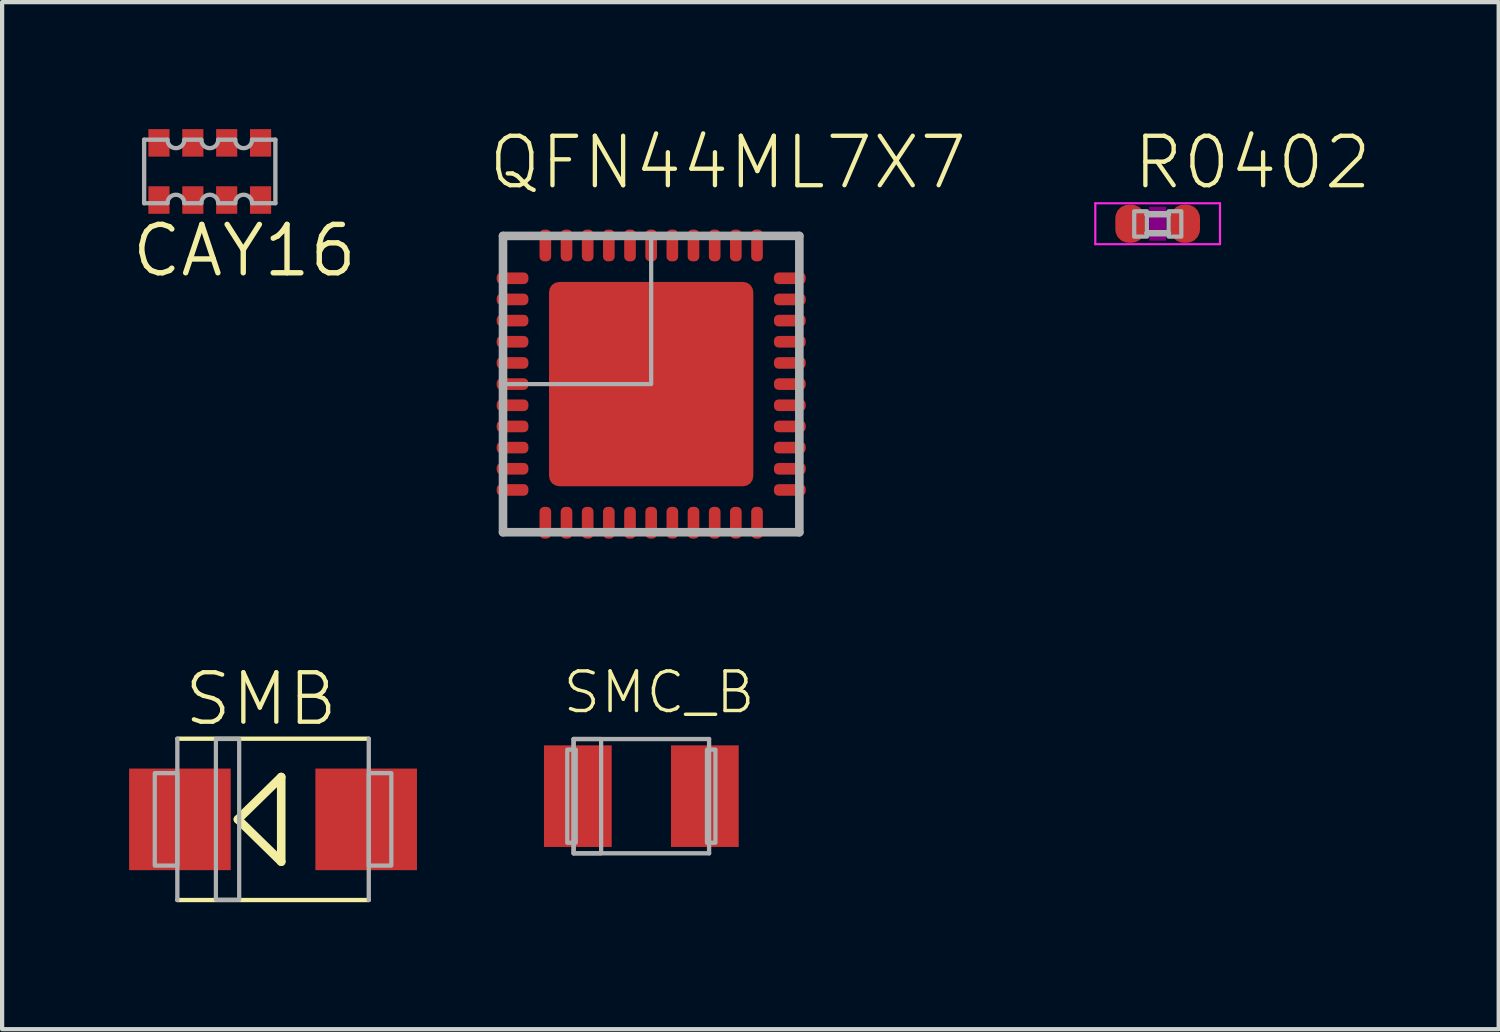
<source format=kicad_pcb>
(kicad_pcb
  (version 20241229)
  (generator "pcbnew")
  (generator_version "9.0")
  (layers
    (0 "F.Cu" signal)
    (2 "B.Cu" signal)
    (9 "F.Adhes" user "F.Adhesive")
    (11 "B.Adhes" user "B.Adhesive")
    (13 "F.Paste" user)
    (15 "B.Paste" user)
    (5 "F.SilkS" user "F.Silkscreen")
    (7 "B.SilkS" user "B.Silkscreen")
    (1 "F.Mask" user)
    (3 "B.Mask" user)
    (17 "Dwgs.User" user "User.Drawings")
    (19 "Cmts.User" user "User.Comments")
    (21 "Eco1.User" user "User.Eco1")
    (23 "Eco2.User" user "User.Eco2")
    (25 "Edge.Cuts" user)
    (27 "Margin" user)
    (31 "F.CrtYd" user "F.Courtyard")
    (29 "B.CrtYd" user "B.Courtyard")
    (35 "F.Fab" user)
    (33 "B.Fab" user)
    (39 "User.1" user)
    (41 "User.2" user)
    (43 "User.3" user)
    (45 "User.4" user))
  (footprint "R0402"
    (layer "F.Cu")
    (at 24.296 2.235)
    (property "Reference" "R0402" (at -0.635 -0.762 0) (layer "F.SilkS") (effects (font (size 1.168 1.168) (thickness 0.102)) (justify left bottom)))
    (fp_poly (pts (xy -0.2 0.4) (xy 0.2 0.4) (xy 0.2 -0.4) (xy -0.2 -0.4)) (stroke (width 0) (type solid)) (fill yes) (layer "F.Adhes"))
    (fp_line (start -1.473 -0.483) (end 1.473 -0.483) (stroke (width 0.051) (type solid)) (layer "F.CrtYd"))
    (fp_line (start -1.473 0.483) (end -1.473 -0.483) (stroke (width 0.051) (type solid)) (layer "F.CrtYd"))
    (fp_line (start 1.473 -0.483) (end 1.473 0.483) (stroke (width 0.051) (type solid)) (layer "F.CrtYd"))
    (fp_line (start 1.473 0.483) (end -1.473 0.483) (stroke (width 0.051) (type solid)) (layer "F.CrtYd"))
    (fp_line (start -0.245 -0.224) (end 0.245 -0.224) (stroke (width 0.152) (type solid)) (layer "F.Fab"))
    (fp_line (start 0.245 0.224) (end -0.245 0.224) (stroke (width 0.152) (type solid)) (layer "F.Fab"))
    (fp_poly (pts (xy -0.554 0.305) (xy -0.254 0.305) (xy -0.254 -0.295) (xy -0.554 -0.295)) (stroke (width 0.1) (type solid)) (fill no) (layer "F.Fab"))
    (fp_poly (pts (xy 0.259 0.305) (xy 0.559 0.305) (xy 0.559 -0.295) (xy 0.259 -0.295)) (stroke (width 0.1) (type solid)) (fill no) (layer "F.Fab"))
    (pad "1" smd roundrect (at -0.65 0) (size 0.7 0.9) (layers "F.Cu" "F.Mask" "F.Paste") (roundrect_rratio 0.45))
    (pad "2" smd roundrect (at 0.65 0) (size 0.7 0.9) (layers "F.Cu" "F.Mask" "F.Paste") (roundrect_rratio 0.45)))
  (footprint "SMC_B"
    (layer "F.Cu")
    (at 12.1 15.757)
    (property "Reference" "SMC_B" (at -1.905 -1.905 0) (layer "F.SilkS") (effects (font (size 0.935 0.935) (thickness 0.081)) (justify left bottom)))
    (fp_line (start -1.6 -1.35) (end 1.6 -1.35) (stroke (width 0.102) (type solid)) (layer "F.Fab"))
    (fp_line (start -1.6 1.35) (end -1.6 -1.35) (stroke (width 0.102) (type solid)) (layer "F.Fab"))
    (fp_line (start 1.6 -1.35) (end 1.6 1.35) (stroke (width 0.102) (type solid)) (layer "F.Fab"))
    (fp_line (start 1.6 1.35) (end -1.6 1.35) (stroke (width 0.102) (type solid)) (layer "F.Fab"))
    (fp_poly (pts (xy -1.75 1.1) (xy -1.55 1.1) (xy -1.55 -1.1) (xy -1.75 -1.1)) (stroke (width 0.1) (type solid)) (fill no) (layer "F.Fab"))
    (fp_poly (pts (xy -1.6 1.35) (xy -0.95 1.35) (xy -0.95 -1.35) (xy -1.6 -1.35)) (stroke (width 0.1) (type solid)) (fill no) (layer "F.Fab"))
    (fp_poly (pts (xy 1.75 -1.1) (xy 1.55 -1.1) (xy 1.55 1.1) (xy 1.75 1.1)) (stroke (width 0.1) (type solid)) (fill no) (layer "F.Fab"))
    (pad "+" smd rect (at -1.5 0) (size 1.6 2.4) (layers "F.Cu" "F.Mask" "F.Paste"))
    (pad "-" smd rect (at 1.5 0 180) (size 1.6 2.4) (layers "F.Cu" "F.Mask" "F.Paste")))
  (footprint "SMB"
    (layer "F.Cu")
    (at 3.4 16.305)
    (property "Reference" "SMB" (at -2.159 -2.159 0) (layer "F.SilkS") (effects (font (size 1.168 1.168) (thickness 0.102)) (justify left bottom)))
    (fp_line (start -2.261 -1.905) (end 2.261 -1.905) (stroke (width 0.102) (type solid)) (layer "F.SilkS"))
    (fp_line (start -2.261 1.905) (end 2.261 1.905) (stroke (width 0.102) (type solid)) (layer "F.SilkS"))
    (fp_line (start -0.83 0) (end 0.193 1) (stroke (width 0.203) (type solid)) (layer "F.SilkS"))
    (fp_line (start 0.193 -1) (end -0.83 0) (stroke (width 0.203) (type solid)) (layer "F.SilkS"))
    (fp_line (start 0.193 1) (end 0.193 -1) (stroke (width 0.203) (type solid)) (layer "F.SilkS"))
    (fp_line (start -2.261 1.905) (end -2.261 -1.905) (stroke (width 0.102) (type solid)) (layer "F.Fab"))
    (fp_line (start 2.261 1.905) (end 2.261 -1.905) (stroke (width 0.102) (type solid)) (layer "F.Fab"))
    (fp_poly (pts (xy -2.794 1.092) (xy -2.261 1.092) (xy -2.261 -1.092) (xy -2.794 -1.092)) (stroke (width 0.1) (type solid)) (fill no) (layer "F.Fab"))
    (fp_poly (pts (xy -1.35 1.9) (xy -0.8 1.9) (xy -0.8 -1.9) (xy -1.35 -1.9)) (stroke (width 0.1) (type solid)) (fill no) (layer "F.Fab"))
    (fp_poly (pts (xy 2.261 1.092) (xy 2.794 1.092) (xy 2.794 -1.092) (xy 2.261 -1.092)) (stroke (width 0.1) (type solid)) (fill no) (layer "F.Fab"))
    (pad "A" smd rect (at 2.2 0) (size 2.4 2.4) (layers "F.Cu" "F.Mask" "F.Paste"))
    (pad "C" smd rect (at -2.2 0) (size 2.4 2.4) (layers "F.Cu" "F.Mask" "F.Paste")))
  (footprint "CAY16"
    (layer "F.Cu")
    (at 1.905 1)
    (property "Reference" "CAY16" (at -1.905 2.54 0) (layer "F.SilkS") (effects (font (size 1.143 1.143) (thickness 0.127)) (justify left bottom)))
    (fp_line (start -1.55 -0.75) (end -1 -0.75) (stroke (width 0.102) (type solid)) (layer "F.Fab"))
    (fp_line (start -1.55 0.75) (end -1.55 -0.75) (stroke (width 0.102) (type solid)) (layer "F.Fab"))
    (fp_line (start -1 0.75) (end -1.55 0.75) (stroke (width 0.102) (type solid)) (layer "F.Fab"))
    (fp_line (start -0.6 -0.75) (end -0.2 -0.75) (stroke (width 0.102) (type solid)) (layer "F.Fab"))
    (fp_line (start -0.2 0.75) (end -0.6 0.75) (stroke (width 0.102) (type solid)) (layer "F.Fab"))
    (fp_line (start 0.2 -0.75) (end 0.6 -0.75) (stroke (width 0.102) (type solid)) (layer "F.Fab"))
    (fp_line (start 0.6 0.75) (end 0.2 0.75) (stroke (width 0.102) (type solid)) (layer "F.Fab"))
    (fp_line (start 1 -0.75) (end 1.55 -0.75) (stroke (width 0.102) (type solid)) (layer "F.Fab"))
    (fp_line (start 1.55 -0.75) (end 1.55 0.75) (stroke (width 0.102) (type solid)) (layer "F.Fab"))
    (fp_line (start 1.55 0.75) (end 1 0.75) (stroke (width 0.102) (type solid)) (layer "F.Fab"))
    (fp_arc (start -1 0.75) (mid -0.8 0.55) (end -0.6 0.75) (stroke (width 0.1016) (type solid)) (layer "F.Fab"))
    (fp_arc (start -0.6 -0.75) (mid -0.8 -0.55) (end -1 -0.75) (stroke (width 0.1016) (type solid)) (layer "F.Fab"))
    (fp_arc (start -0.2 0.75) (mid 0 0.55) (end 0.2 0.75) (stroke (width 0.1016) (type solid)) (layer "F.Fab"))
    (fp_arc (start 0.2 -0.75) (mid 0 -0.55) (end -0.2 -0.75) (stroke (width 0.1016) (type solid)) (layer "F.Fab"))
    (fp_arc (start 0.6 0.75) (mid 0.8 0.55) (end 1 0.75) (stroke (width 0.1016) (type solid)) (layer "F.Fab"))
    (fp_arc (start 1 -0.75) (mid 0.8 -0.55) (end 0.6 -0.75) (stroke (width 0.1016) (type solid)) (layer "F.Fab"))
    (pad "1" smd rect (at -1.2 0.675) (size 0.5 0.65) (layers "F.Cu" "F.Mask" "F.Paste"))
    (pad "2" smd rect (at -0.4 0.675) (size 0.5 0.65) (layers "F.Cu" "F.Mask" "F.Paste"))
    (pad "3" smd rect (at 0.4 0.675) (size 0.5 0.65) (layers "F.Cu" "F.Mask" "F.Paste"))
    (pad "4" smd rect (at 1.2 0.675) (size 0.5 0.65) (layers "F.Cu" "F.Mask" "F.Paste"))
    (pad "5" smd rect (at 1.2 -0.675) (size 0.5 0.65) (layers "F.Cu" "F.Mask" "F.Paste"))
    (pad "6" smd rect (at 0.4 -0.675) (size 0.5 0.65) (layers "F.Cu" "F.Mask" "F.Paste"))
    (pad "7" smd rect (at -0.4 -0.675) (size 0.5 0.65) (layers "F.Cu" "F.Mask" "F.Paste"))
    (pad "8" smd rect (at -1.2 -0.675) (size 0.5 0.65) (layers "F.Cu" "F.Mask" "F.Paste")))
  (footprint "QFN44ML7X7"
    (layer "F.Cu")
    (at 12.332 6.023)
    (property "Reference" "QFN44ML7X7" (at -3.9 -4.55 0) (layer "F.SilkS") (effects (font (size 1.168 1.168) (thickness 0.102)) (justify left bottom)))
    (fp_circle (center 0 0) (end 0.635 0) (stroke (width 2.54) (type solid)) (fill no) (layer "F.Mask"))
    (fp_circle (center 0 0) (end 0.635 0) (stroke (width 1.27) (type solid)) (fill no) (layer "F.Paste"))
    (fp_line (start -3.5 -3.5) (end -3.5 3.5) (stroke (width 0.203) (type solid)) (layer "F.Fab"))
    (fp_line (start -3.5 3.5) (end 3.5 3.5) (stroke (width 0.203) (type solid)) (layer "F.Fab"))
    (fp_line (start 3.5 -3.5) (end -3.5 -3.5) (stroke (width 0.203) (type solid)) (layer "F.Fab"))
    (fp_line (start 3.5 3.5) (end 3.5 -3.5) (stroke (width 0.203) (type solid)) (layer "F.Fab"))
    (fp_poly (pts (xy -3.5 0) (xy 0 0) (xy 0 -3.5) (xy -3.5 -3.5)) (stroke (width 0.1) (type solid)) (fill no) (layer "F.Fab"))
    (pad "1" smd roundrect (at -3.275 -2.5) (size 0.75 0.275) (layers "F.Cu" "F.Mask" "F.Paste") (roundrect_rratio 0.4))
    (pad "2" smd roundrect (at -3.275 -2) (size 0.75 0.275) (layers "F.Cu" "F.Mask" "F.Paste") (roundrect_rratio 0.4))
    (pad "3" smd roundrect (at -3.275 -1.5) (size 0.75 0.275) (layers "F.Cu" "F.Mask" "F.Paste") (roundrect_rratio 0.4))
    (pad "4" smd roundrect (at -3.275 -1) (size 0.75 0.275) (layers "F.Cu" "F.Mask" "F.Paste") (roundrect_rratio 0.4))
    (pad "5" smd roundrect (at -3.275 -0.5) (size 0.75 0.275) (layers "F.Cu" "F.Mask" "F.Paste") (roundrect_rratio 0.4))
    (pad "6" smd roundrect (at -3.275 0) (size 0.75 0.275) (layers "F.Cu" "F.Mask" "F.Paste") (roundrect_rratio 0.4))
    (pad "7" smd roundrect (at -3.275 0.5) (size 0.75 0.275) (layers "F.Cu" "F.Mask" "F.Paste") (roundrect_rratio 0.4))
    (pad "8" smd roundrect (at -3.275 1) (size 0.75 0.275) (layers "F.Cu" "F.Mask" "F.Paste") (roundrect_rratio 0.4))
    (pad "9" smd roundrect (at -3.275 1.5) (size 0.75 0.275) (layers "F.Cu" "F.Mask" "F.Paste") (roundrect_rratio 0.4))
    (pad "10" smd roundrect (at -3.275 2) (size 0.75 0.275) (layers "F.Cu" "F.Mask" "F.Paste") (roundrect_rratio 0.4))
    (pad "11" smd roundrect (at -3.275 2.5) (size 0.75 0.275) (layers "F.Cu" "F.Mask" "F.Paste") (roundrect_rratio 0.4))
    (pad "12" smd roundrect (at -2.5 3.275 90) (size 0.75 0.275) (layers "F.Cu" "F.Mask" "F.Paste") (roundrect_rratio 0.4))
    (pad "13" smd roundrect (at -2 3.275 90) (size 0.75 0.275) (layers "F.Cu" "F.Mask" "F.Paste") (roundrect_rratio 0.4))
    (pad "14" smd roundrect (at -1.5 3.275 90) (size 0.75 0.275) (layers "F.Cu" "F.Mask" "F.Paste") (roundrect_rratio 0.4))
    (pad "15" smd roundrect (at -1 3.275 90) (size 0.75 0.275) (layers "F.Cu" "F.Mask" "F.Paste") (roundrect_rratio 0.4))
    (pad "16" smd roundrect (at -0.5 3.275 90) (size 0.75 0.275) (layers "F.Cu" "F.Mask" "F.Paste") (roundrect_rratio 0.4))
    (pad "17" smd roundrect (at 0 3.275 90) (size 0.75 0.275) (layers "F.Cu" "F.Mask" "F.Paste") (roundrect_rratio 0.4))
    (pad "18" smd roundrect (at 0.5 3.275 90) (size 0.75 0.275) (layers "F.Cu" "F.Mask" "F.Paste") (roundrect_rratio 0.4))
    (pad "19" smd roundrect (at 1 3.275 90) (size 0.75 0.275) (layers "F.Cu" "F.Mask" "F.Paste") (roundrect_rratio 0.4))
    (pad "20" smd roundrect (at 1.5 3.275 90) (size 0.75 0.275) (layers "F.Cu" "F.Mask" "F.Paste") (roundrect_rratio 0.4))
    (pad "21" smd roundrect (at 2 3.275 90) (size 0.75 0.275) (layers "F.Cu" "F.Mask" "F.Paste") (roundrect_rratio 0.4))
    (pad "22" smd roundrect (at 2.5 3.275 90) (size 0.75 0.275) (layers "F.Cu" "F.Mask" "F.Paste") (roundrect_rratio 0.4))
    (pad "23" smd roundrect (at 3.275 2.5 180) (size 0.75 0.275) (layers "F.Cu" "F.Mask" "F.Paste") (roundrect_rratio 0.4))
    (pad "24" smd roundrect (at 3.275 2 180) (size 0.75 0.275) (layers "F.Cu" "F.Mask" "F.Paste") (roundrect_rratio 0.4))
    (pad "25" smd roundrect (at 3.275 1.5 180) (size 0.75 0.275) (layers "F.Cu" "F.Mask" "F.Paste") (roundrect_rratio 0.4))
    (pad "26" smd roundrect (at 3.275 1 180) (size 0.75 0.275) (layers "F.Cu" "F.Mask" "F.Paste") (roundrect_rratio 0.4))
    (pad "27" smd roundrect (at 3.275 0.5 180) (size 0.75 0.275) (layers "F.Cu" "F.Mask" "F.Paste") (roundrect_rratio 0.4))
    (pad "28" smd roundrect (at 3.275 0 180) (size 0.75 0.275) (layers "F.Cu" "F.Mask" "F.Paste") (roundrect_rratio 0.4))
    (pad "29" smd roundrect (at 3.275 -0.5 180) (size 0.75 0.275) (layers "F.Cu" "F.Mask" "F.Paste") (roundrect_rratio 0.4))
    (pad "30" smd roundrect (at 3.275 -1 180) (size 0.75 0.275) (layers "F.Cu" "F.Mask" "F.Paste") (roundrect_rratio 0.4))
    (pad "31" smd roundrect (at 3.275 -1.5 180) (size 0.75 0.275) (layers "F.Cu" "F.Mask" "F.Paste") (roundrect_rratio 0.4))
    (pad "32" smd roundrect (at 3.275 -2 180) (size 0.75 0.275) (layers "F.Cu" "F.Mask" "F.Paste") (roundrect_rratio 0.4))
    (pad "33" smd roundrect (at 3.275 -2.5 180) (size 0.75 0.275) (layers "F.Cu" "F.Mask" "F.Paste") (roundrect_rratio 0.4))
    (pad "34" smd roundrect (at 2.5 -3.275 270) (size 0.75 0.275) (layers "F.Cu" "F.Mask" "F.Paste") (roundrect_rratio 0.4))
    (pad "35" smd roundrect (at 2 -3.275 270) (size 0.75 0.275) (layers "F.Cu" "F.Mask" "F.Paste") (roundrect_rratio 0.4))
    (pad "36" smd roundrect (at 1.5 -3.275 270) (size 0.75 0.275) (layers "F.Cu" "F.Mask" "F.Paste") (roundrect_rratio 0.4))
    (pad "37" smd roundrect (at 1 -3.275 270) (size 0.75 0.275) (layers "F.Cu" "F.Mask" "F.Paste") (roundrect_rratio 0.4))
    (pad "38" smd roundrect (at 0.5 -3.275 270) (size 0.75 0.275) (layers "F.Cu" "F.Mask" "F.Paste") (roundrect_rratio 0.4))
    (pad "39" smd roundrect (at 0 -3.275 270) (size 0.75 0.275) (layers "F.Cu" "F.Mask" "F.Paste") (roundrect_rratio 0.4))
    (pad "40" smd roundrect (at -0.5 -3.275 270) (size 0.75 0.275) (layers "F.Cu" "F.Mask" "F.Paste") (roundrect_rratio 0.4))
    (pad "41" smd roundrect (at -1 -3.275 270) (size 0.75 0.275) (layers "F.Cu" "F.Mask" "F.Paste") (roundrect_rratio 0.4))
    (pad "42" smd roundrect (at -1.5 -3.275 270) (size 0.75 0.275) (layers "F.Cu" "F.Mask" "F.Paste") (roundrect_rratio 0.4))
    (pad "43" smd roundrect (at -2 -3.275 270) (size 0.75 0.275) (layers "F.Cu" "F.Mask" "F.Paste") (roundrect_rratio 0.4))
    (pad "44" smd roundrect (at -2.5 -3.275 270) (size 0.75 0.275) (layers "F.Cu" "F.Mask" "F.Paste") (roundrect_rratio 0.4))
    (pad "EXP" smd roundrect (at 0 0) (size 4.826 4.826) (layers "F.Cu") (roundrect_rratio 0.05)))
  (gr_rect
    (start -3 -3)
    (end 32.352 21.261)
    (stroke (width 0.1) (type default))
    (fill no)
    (layer "Edge.Cuts")))
</source>
